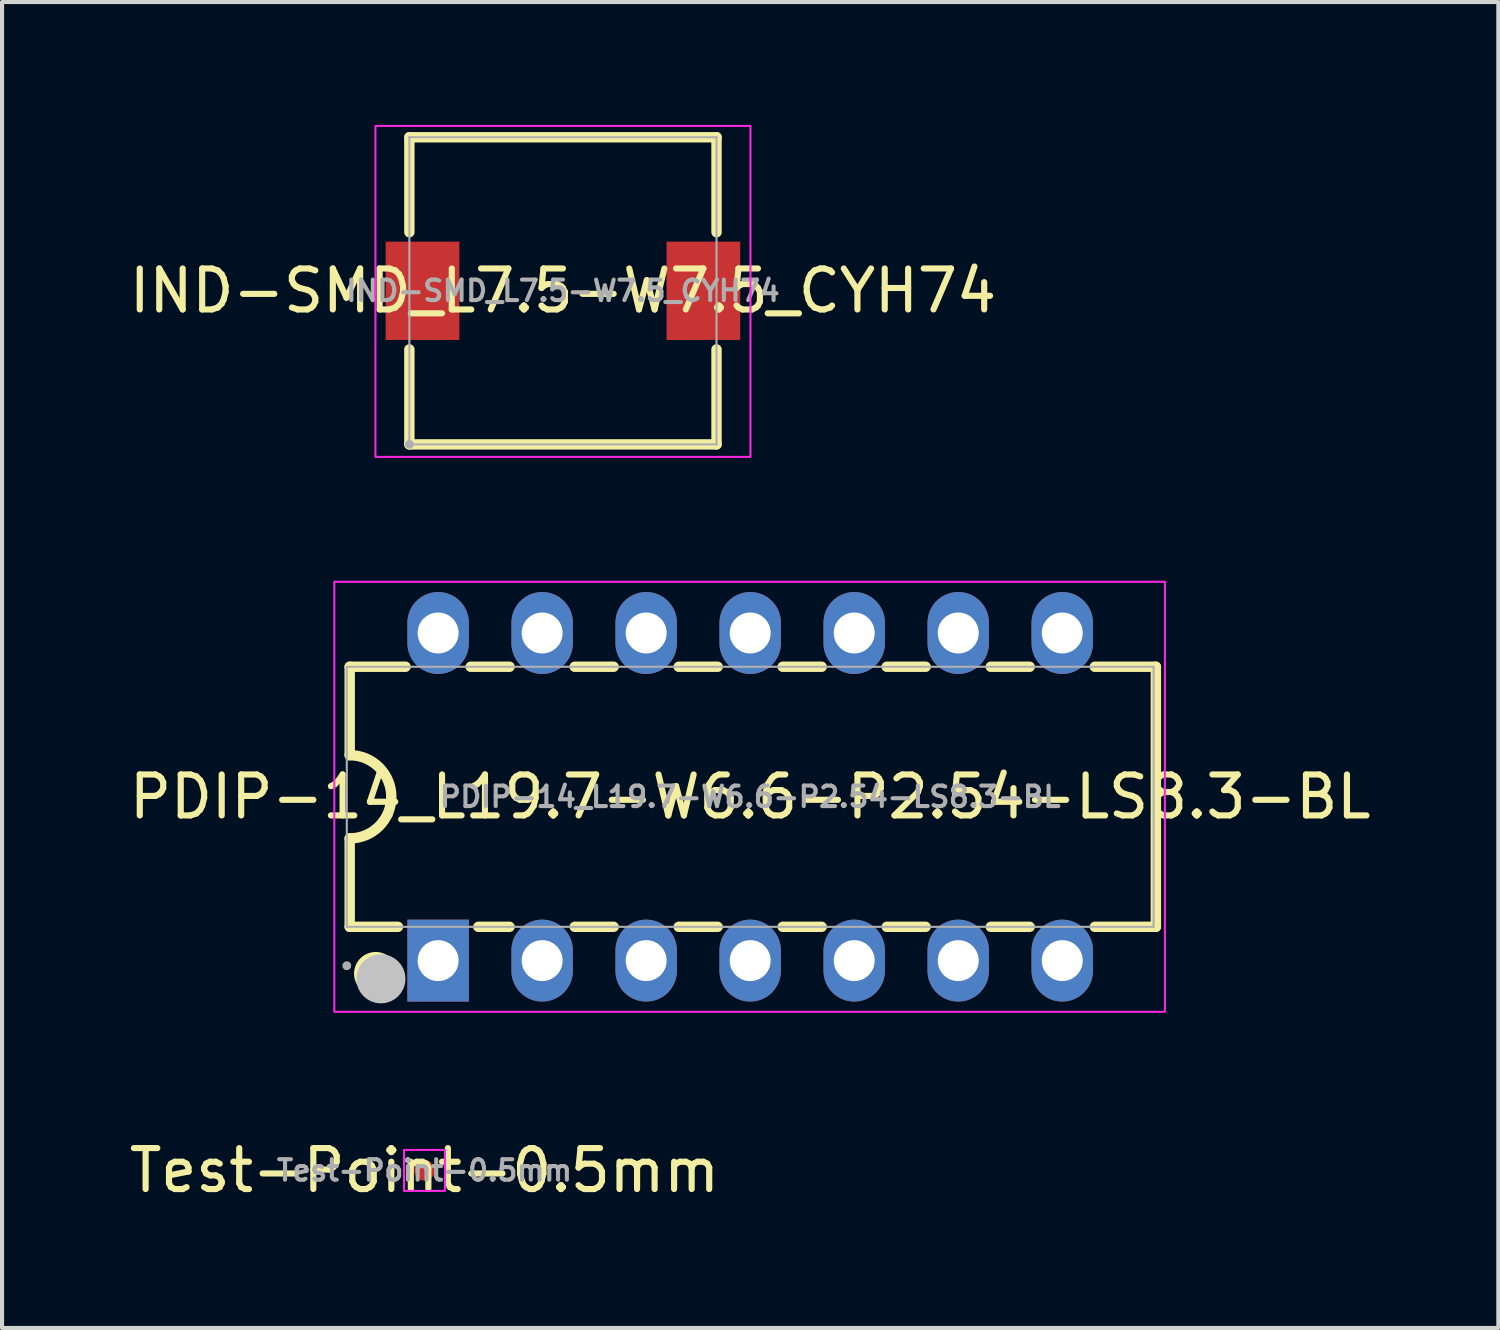
<source format=kicad_pcb>
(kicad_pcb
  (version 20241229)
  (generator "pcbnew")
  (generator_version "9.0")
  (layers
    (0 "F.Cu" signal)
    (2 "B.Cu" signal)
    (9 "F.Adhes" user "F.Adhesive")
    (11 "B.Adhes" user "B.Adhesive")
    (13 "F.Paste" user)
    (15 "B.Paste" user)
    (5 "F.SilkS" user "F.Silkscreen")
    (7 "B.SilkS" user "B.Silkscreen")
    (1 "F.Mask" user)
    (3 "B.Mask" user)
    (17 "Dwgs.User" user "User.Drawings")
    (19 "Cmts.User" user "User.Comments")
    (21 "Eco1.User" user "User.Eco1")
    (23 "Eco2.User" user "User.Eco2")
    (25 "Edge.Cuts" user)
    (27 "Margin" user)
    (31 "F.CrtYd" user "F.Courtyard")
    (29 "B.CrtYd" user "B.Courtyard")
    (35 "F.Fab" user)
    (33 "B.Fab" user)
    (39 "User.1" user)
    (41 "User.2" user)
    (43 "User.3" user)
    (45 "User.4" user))
  (footprint "IND-SMD_L7.5-W7.5_CYH74"
    (layer "F.Cu")
    (at 10.696 4.051)
    (property "Reference" "IND-SMD_L7.5-W7.5_CYH74" (at 0 0 0) (layer "F.SilkS") (effects (font (size 1 1) (thickness 0.15))))
    (fp_line (start -3.75 -3.75) (end 3.75 -3.75) (stroke (width 0.254) (type default)) (layer "F.SilkS"))
    (fp_line (start -3.75 -1.431) (end -3.75 -3.75) (stroke (width 0.254) (type default)) (layer "F.SilkS"))
    (fp_line (start -3.75 3.75) (end -3.75 1.431) (stroke (width 0.254) (type default)) (layer "F.SilkS"))
    (fp_line (start 3.75 -3.75) (end 3.75 -1.431) (stroke (width 0.254) (type default)) (layer "F.SilkS"))
    (fp_line (start 3.75 1.431) (end 3.75 3.75) (stroke (width 0.254) (type default)) (layer "F.SilkS"))
    (fp_line (start 3.75 3.75) (end -3.75 3.75) (stroke (width 0.254) (type default)) (layer "F.SilkS"))
    (fp_rect (start -4.579 -4.026) (end 4.579 4.055) (stroke (width 0.05) (type default)) (fill no) (layer "F.CrtYd"))
    (fp_line (start -3.75 -3.75) (end 3.75 -3.75) (stroke (width 0.051) (type default)) (layer "F.Fab"))
    (fp_line (start -3.75 3.75) (end -3.75 -3.75) (stroke (width 0.051) (type default)) (layer "F.Fab"))
    (fp_line (start 3.75 -3.75) (end 3.75 3.75) (stroke (width 0.051) (type default)) (layer "F.Fab"))
    (fp_line (start 3.75 3.75) (end -3.75 3.75) (stroke (width 0.051) (type default)) (layer "F.Fab"))
    (fp_poly (pts (xy -3.695 3.727) (xy -3.727 3.695) (xy -3.773 3.695) (xy -3.805 3.727) (xy -3.805 3.773) (xy -3.773 3.805) (xy -3.727 3.805) (xy -3.695 3.773)) (stroke (width 0.1) (type default)) (fill no) (layer "F.Fab"))
    (fp_poly (pts (xy -2.75 -1) (xy -2.75 1) (xy -3.75 1) (xy -3.75 -1)) (stroke (width 0.1) (type default)) (fill no) (layer "User.1"))
    (fp_poly (pts (xy 3.75 -1) (xy 3.75 1) (xy 2.75 1) (xy 2.75 -1)) (stroke (width 0.1) (type default)) (fill no) (layer "User.1"))
    (fp_text user "${REFERENCE}" (at 0 0 0) (layer "F.Fab") (effects (font (size 0.5 0.5) (thickness 0.1))))
    (pad "1" smd rect (at -3.429 0) (size 1.8 2.4) (layers "F.Cu" "F.Mask" "F.Paste"))
    (pad "2" smd rect (at 3.429 0) (size 1.8 2.4) (layers "F.Cu" "F.Mask" "F.Paste")))
  (footprint "PDIP-14_L19.7-W6.6-P2.54-LS8.3-BL"
    (layer "F.Cu")
    (at 15.268 16.406)
    (property "Reference" "PDIP-14_L19.7-W6.6-P2.54-LS8.3-BL" (at 0 0 0) (layer "F.SilkS") (effects (font (size 1 1) (thickness 0.15))))
    (fp_line (start -9.779 -3.175) (end -9.779 -1.016) (stroke (width 0.254) (type default)) (layer "F.SilkS"))
    (fp_line (start -9.779 -3.175) (end -8.415 -3.175) (stroke (width 0.254) (type default)) (layer "F.SilkS"))
    (fp_line (start -9.779 3.175) (end -9.779 1.016) (stroke (width 0.254) (type default)) (layer "F.SilkS"))
    (fp_line (start -8.601 3.175) (end -9.779 3.175) (stroke (width 0.254) (type default)) (layer "F.SilkS"))
    (fp_line (start -6.825 -3.175) (end -5.875 -3.175) (stroke (width 0.254) (type default)) (layer "F.SilkS"))
    (fp_line (start -6.639 3.175) (end -5.875 3.175) (stroke (width 0.254) (type default)) (layer "F.SilkS"))
    (fp_line (start -4.285 -3.175) (end -3.334 -3.175) (stroke (width 0.254) (type default)) (layer "F.SilkS"))
    (fp_line (start -4.285 3.175) (end -3.334 3.175) (stroke (width 0.254) (type default)) (layer "F.SilkS"))
    (fp_line (start -1.746 -3.175) (end -0.794 -3.175) (stroke (width 0.254) (type default)) (layer "F.SilkS"))
    (fp_line (start -1.746 3.175) (end -0.794 3.175) (stroke (width 0.254) (type default)) (layer "F.SilkS"))
    (fp_line (start 0.794 -3.175) (end 1.746 -3.175) (stroke (width 0.254) (type default)) (layer "F.SilkS"))
    (fp_line (start 0.794 3.175) (end 1.746 3.175) (stroke (width 0.254) (type default)) (layer "F.SilkS"))
    (fp_line (start 3.334 -3.175) (end 4.285 -3.175) (stroke (width 0.254) (type default)) (layer "F.SilkS"))
    (fp_line (start 3.334 3.175) (end 4.285 3.175) (stroke (width 0.254) (type default)) (layer "F.SilkS"))
    (fp_line (start 5.875 -3.175) (end 6.825 -3.175) (stroke (width 0.254) (type default)) (layer "F.SilkS"))
    (fp_line (start 5.875 3.175) (end 6.825 3.175) (stroke (width 0.254) (type default)) (layer "F.SilkS"))
    (fp_line (start 8.415 -3.175) (end 9.906 -3.175) (stroke (width 0.254) (type default)) (layer "F.SilkS"))
    (fp_line (start 8.415 3.175) (end 9.906 3.175) (stroke (width 0.254) (type default)) (layer "F.SilkS"))
    (fp_line (start 9.906 -3.175) (end 9.906 3.175) (stroke (width 0.254) (type default)) (layer "F.SilkS"))
    (fp_arc (start -9.779 -1.016) (mid -8.763 0) (end -9.779 1.016) (stroke (width 0.254) (type default)) (layer "F.SilkS"))
    (fp_circle (center -9.144 4.318) (end -8.742 4.318) (stroke (width 0.254) (type default)) (fill no) (layer "F.SilkS"))
    (fp_circle (center -9.017 4.445) (end -8.717 4.445) (stroke (width 0.6) (type default)) (fill no) (layer "Dwgs.User"))
    (fp_rect (start -10.155 -5.25) (end 10.126 5.25) (stroke (width 0.05) (type default)) (fill no) (layer "F.CrtYd"))
    (fp_line (start -9.85 -3.175) (end 9.85 -3.175) (stroke (width 0.051) (type default)) (layer "F.Fab"))
    (fp_line (start -9.85 3.175) (end -9.85 -3.175) (stroke (width 0.051) (type default)) (layer "F.Fab"))
    (fp_line (start 9.85 -3.175) (end 9.85 3.175) (stroke (width 0.051) (type default)) (layer "F.Fab"))
    (fp_line (start 9.85 3.175) (end -9.85 3.175) (stroke (width 0.051) (type default)) (layer "F.Fab"))
    (fp_poly (pts (xy -9.795 4.102) (xy -9.827 4.07) (xy -9.873 4.07) (xy -9.905 4.102) (xy -9.905 4.148) (xy -9.873 4.18) (xy -9.827 4.18) (xy -9.795 4.148)) (stroke (width 0.1) (type default)) (fill no) (layer "F.Fab"))
    (fp_poly (pts (xy -8.255 -4.125) (xy -6.985 -4.125) (xy -6.985 -3) (xy -8.255 -3)) (stroke (width 0.1) (type default)) (fill no) (layer "User.1"))
    (fp_poly (pts (xy -7.843 -4.125) (xy -7.397 -4.125) (xy -7.397 -3.875) (xy -7.843 -3.875)) (stroke (width 0.1) (type default)) (fill no) (layer "User.1"))
    (fp_poly (pts (xy -7.843 3.875) (xy -7.397 3.875) (xy -7.397 4.125) (xy -7.843 4.125)) (stroke (width 0.1) (type default)) (fill no) (layer "User.1"))
    (fp_poly (pts (xy -6.985 4.125) (xy -8.255 4.125) (xy -8.255 3) (xy -6.985 3)) (stroke (width 0.1) (type default)) (fill no) (layer "User.1"))
    (fp_poly (pts (xy -5.715 -4.125) (xy -4.445 -4.125) (xy -4.445 -3) (xy -5.715 -3)) (stroke (width 0.1) (type default)) (fill no) (layer "User.1"))
    (fp_poly (pts (xy -5.303 -4.125) (xy -4.857 -4.125) (xy -4.857 -3.875) (xy -5.303 -3.875)) (stroke (width 0.1) (type default)) (fill no) (layer "User.1"))
    (fp_poly (pts (xy -5.303 3.875) (xy -4.857 3.875) (xy -4.857 4.125) (xy -5.303 4.125)) (stroke (width 0.1) (type default)) (fill no) (layer "User.1"))
    (fp_poly (pts (xy -4.445 4.125) (xy -5.715 4.125) (xy -5.715 3) (xy -4.445 3)) (stroke (width 0.1) (type default)) (fill no) (layer "User.1"))
    (fp_poly (pts (xy -3.175 -4.125) (xy -1.905 -4.125) (xy -1.905 -3) (xy -3.175 -3)) (stroke (width 0.1) (type default)) (fill no) (layer "User.1"))
    (fp_poly (pts (xy -2.763 -4.125) (xy -2.317 -4.125) (xy -2.317 -3.875) (xy -2.763 -3.875)) (stroke (width 0.1) (type default)) (fill no) (layer "User.1"))
    (fp_poly (pts (xy -2.763 3.875) (xy -2.317 3.875) (xy -2.317 4.125) (xy -2.763 4.125)) (stroke (width 0.1) (type default)) (fill no) (layer "User.1"))
    (fp_poly (pts (xy -1.905 4.125) (xy -3.175 4.125) (xy -3.175 3) (xy -1.905 3)) (stroke (width 0.1) (type default)) (fill no) (layer "User.1"))
    (fp_poly (pts (xy -0.635 -4.125) (xy 0.635 -4.125) (xy 0.635 -3) (xy -0.635 -3)) (stroke (width 0.1) (type default)) (fill no) (layer "User.1"))
    (fp_poly (pts (xy -0.223 -4.125) (xy 0.223 -4.125) (xy 0.223 -3.875) (xy -0.223 -3.875)) (stroke (width 0.1) (type default)) (fill no) (layer "User.1"))
    (fp_poly (pts (xy -0.223 3.875) (xy 0.223 3.875) (xy 0.223 4.125) (xy -0.223 4.125)) (stroke (width 0.1) (type default)) (fill no) (layer "User.1"))
    (fp_poly (pts (xy 0.635 4.125) (xy -0.635 4.125) (xy -0.635 3) (xy 0.635 3)) (stroke (width 0.1) (type default)) (fill no) (layer "User.1"))
    (fp_poly (pts (xy 1.905 -4.125) (xy 3.175 -4.125) (xy 3.175 -3) (xy 1.905 -3)) (stroke (width 0.1) (type default)) (fill no) (layer "User.1"))
    (fp_poly (pts (xy 2.317 -4.125) (xy 2.763 -4.125) (xy 2.763 -3.875) (xy 2.317 -3.875)) (stroke (width 0.1) (type default)) (fill no) (layer "User.1"))
    (fp_poly (pts (xy 2.317 3.875) (xy 2.763 3.875) (xy 2.763 4.125) (xy 2.317 4.125)) (stroke (width 0.1) (type default)) (fill no) (layer "User.1"))
    (fp_poly (pts (xy 3.175 4.125) (xy 1.905 4.125) (xy 1.905 3) (xy 3.175 3)) (stroke (width 0.1) (type default)) (fill no) (layer "User.1"))
    (fp_poly (pts (xy 4.445 -4.125) (xy 5.715 -4.125) (xy 5.715 -3) (xy 4.445 -3)) (stroke (width 0.1) (type default)) (fill no) (layer "User.1"))
    (fp_poly (pts (xy 4.857 -4.125) (xy 5.303 -4.125) (xy 5.303 -3.875) (xy 4.857 -3.875)) (stroke (width 0.1) (type default)) (fill no) (layer "User.1"))
    (fp_poly (pts (xy 4.857 3.875) (xy 5.303 3.875) (xy 5.303 4.125) (xy 4.857 4.125)) (stroke (width 0.1) (type default)) (fill no) (layer "User.1"))
    (fp_poly (pts (xy 5.715 4.125) (xy 4.445 4.125) (xy 4.445 3) (xy 5.715 3)) (stroke (width 0.1) (type default)) (fill no) (layer "User.1"))
    (fp_poly (pts (xy 6.985 -4.125) (xy 8.255 -4.125) (xy 8.255 -3) (xy 6.985 -3)) (stroke (width 0.1) (type default)) (fill no) (layer "User.1"))
    (fp_poly (pts (xy 7.397 -4.125) (xy 7.843 -4.125) (xy 7.843 -3.875) (xy 7.397 -3.875)) (stroke (width 0.1) (type default)) (fill no) (layer "User.1"))
    (fp_poly (pts (xy 7.397 3.875) (xy 7.843 3.875) (xy 7.843 4.125) (xy 7.397 4.125)) (stroke (width 0.1) (type default)) (fill no) (layer "User.1"))
    (fp_poly (pts (xy 8.255 4.125) (xy 6.985 4.125) (xy 6.985 3) (xy 8.255 3)) (stroke (width 0.1) (type default)) (fill no) (layer "User.1"))
    (fp_text user "${REFERENCE}" (at 0 0 0) (layer "F.Fab") (effects (font (size 0.5 0.5) (thickness 0.1))))
    (pad "1" thru_hole rect (at -7.62 4 90) (size 2 1.5) (drill 1) (layers "*.Cu" "*.Mask"))
    (pad "2" thru_hole oval (at -5.08 4 90) (size 2 1.5) (drill 1) (layers "*.Cu" "*.Mask"))
    (pad "3" thru_hole oval (at -2.54 4 90) (size 2 1.5) (drill 1) (layers "*.Cu" "*.Mask"))
    (pad "4" thru_hole oval (at 0 4 90) (size 2 1.5) (drill 1) (layers "*.Cu" "*.Mask"))
    (pad "5" thru_hole oval (at 2.54 4 90) (size 2 1.5) (drill 1) (layers "*.Cu" "*.Mask"))
    (pad "6" thru_hole oval (at 5.08 4 90) (size 2 1.5) (drill 1) (layers "*.Cu" "*.Mask"))
    (pad "7" thru_hole oval (at 7.62 4 90) (size 2 1.5) (drill 1) (layers "*.Cu" "*.Mask"))
    (pad "8" thru_hole oval (at 7.62 -4 90) (size 2 1.5) (drill 1) (layers "*.Cu" "*.Mask"))
    (pad "9" thru_hole oval (at 5.08 -4 90) (size 2 1.5) (drill 1) (layers "*.Cu" "*.Mask"))
    (pad "10" thru_hole oval (at 2.54 -4 90) (size 2 1.5) (drill 1) (layers "*.Cu" "*.Mask"))
    (pad "11" thru_hole oval (at 0 -4 90) (size 2 1.5) (drill 1) (layers "*.Cu" "*.Mask"))
    (pad "12" thru_hole oval (at -2.54 -4 90) (size 2 1.5) (drill 1) (layers "*.Cu" "*.Mask"))
    (pad "13" thru_hole oval (at -5.08 -4 90) (size 2 1.5) (drill 1) (layers "*.Cu" "*.Mask"))
    (pad "14" thru_hole oval (at -7.62 -4 90) (size 2 1.5) (drill 1) (layers "*.Cu" "*.Mask")))
  (footprint "Test-Point-0.5mm"
    (layer "F.Cu")
    (at 7.315 25.529)
    (property "Reference" "Test-Point-0.5mm" (at 0 0 0) (layer "F.SilkS") (effects (font (size 1 1) (thickness 0.15))))
    (fp_rect (start -0.5 -0.5) (end 0.5 0.5) (stroke (width 0.05) (type default)) (fill no) (layer "F.CrtYd"))
    (fp_text user "${REFERENCE}" (at 0 0 0) (layer "F.Fab") (effects (font (size 0.5 0.5) (thickness 0.1))))
    (pad "1" smd circle (at 0 0) (size 0.5 0.5) (layers "F.Cu" "F.Mask" "F.Paste")))
  (gr_rect
    (start -3 -3)
    (end 33.536 29.377)
    (stroke (width 0.1) (type default))
    (fill no)
    (layer "Edge.Cuts")))
</source>
